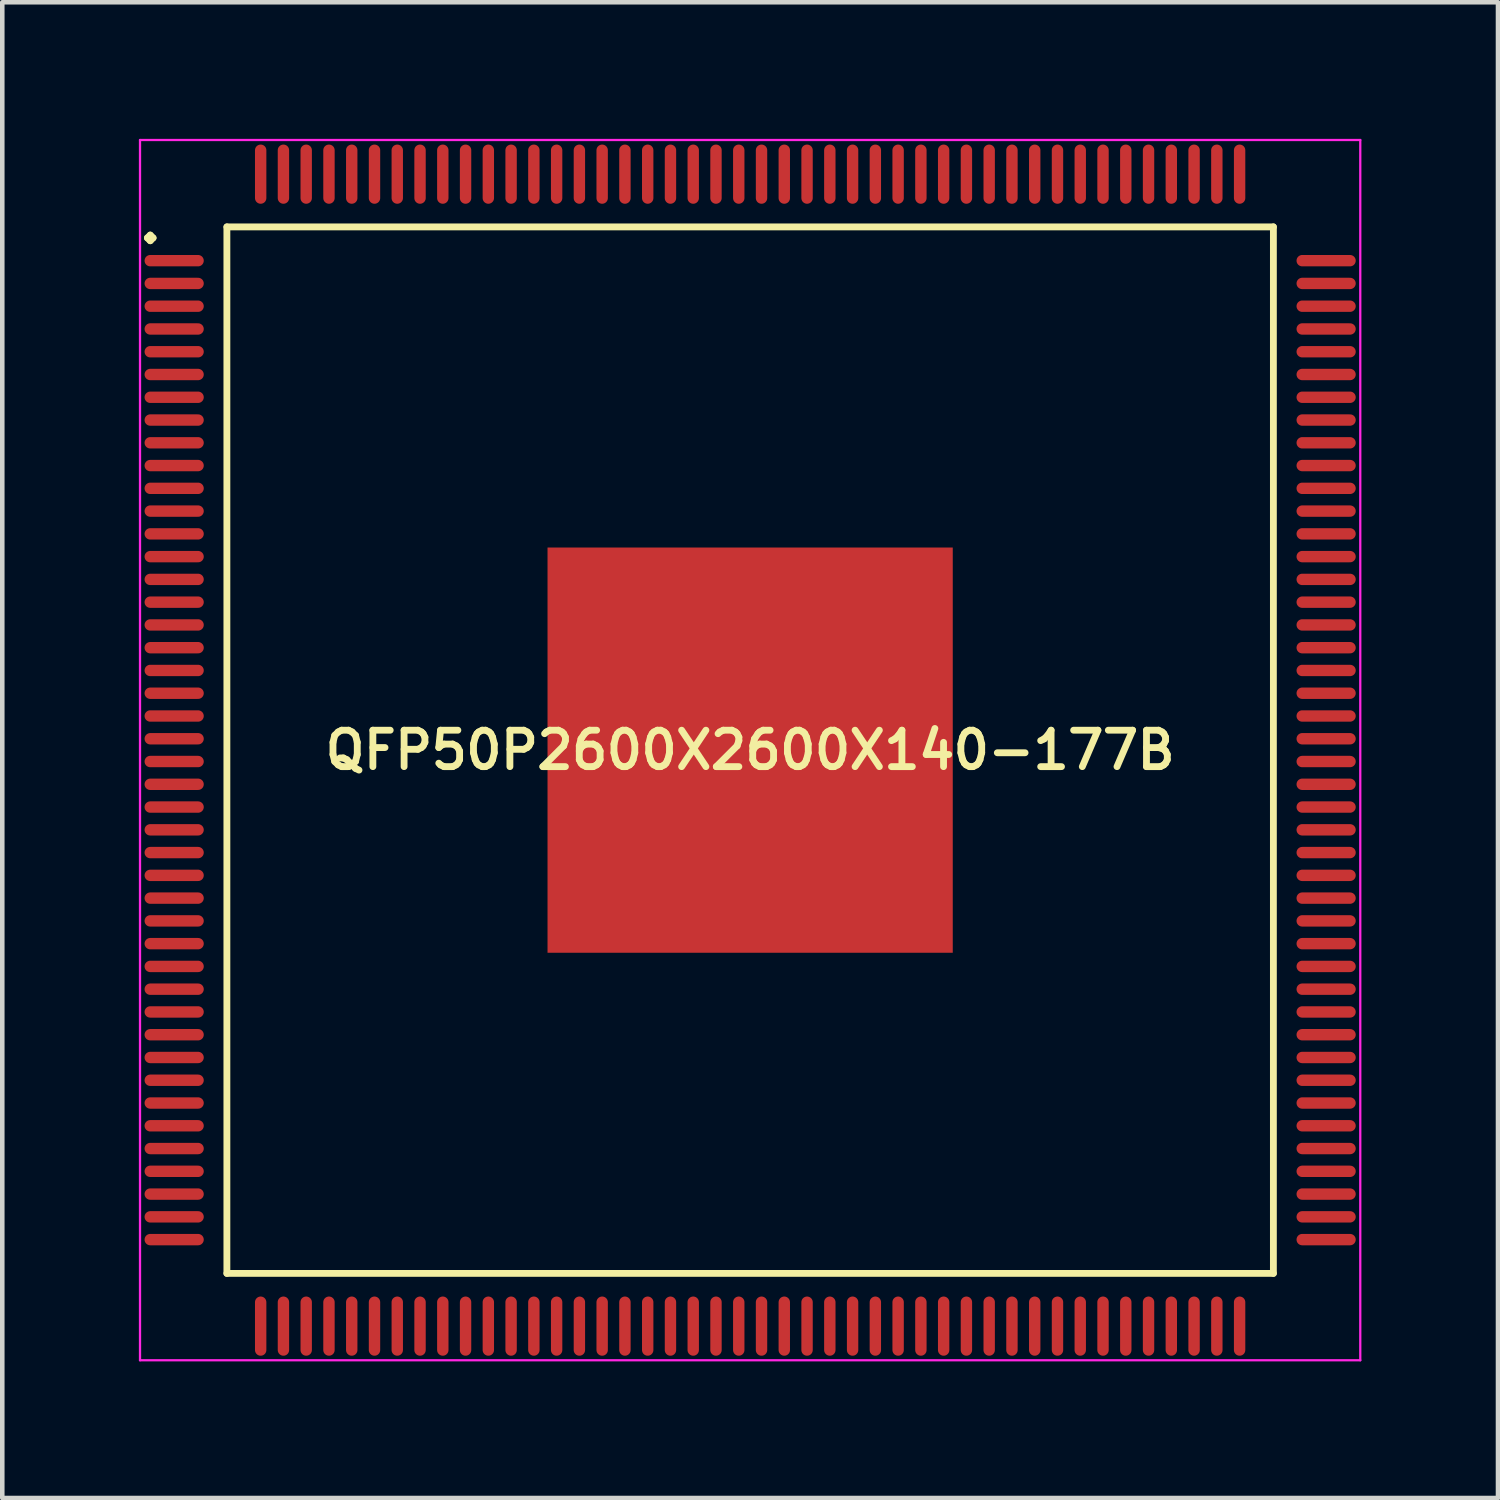
<source format=kicad_pcb>
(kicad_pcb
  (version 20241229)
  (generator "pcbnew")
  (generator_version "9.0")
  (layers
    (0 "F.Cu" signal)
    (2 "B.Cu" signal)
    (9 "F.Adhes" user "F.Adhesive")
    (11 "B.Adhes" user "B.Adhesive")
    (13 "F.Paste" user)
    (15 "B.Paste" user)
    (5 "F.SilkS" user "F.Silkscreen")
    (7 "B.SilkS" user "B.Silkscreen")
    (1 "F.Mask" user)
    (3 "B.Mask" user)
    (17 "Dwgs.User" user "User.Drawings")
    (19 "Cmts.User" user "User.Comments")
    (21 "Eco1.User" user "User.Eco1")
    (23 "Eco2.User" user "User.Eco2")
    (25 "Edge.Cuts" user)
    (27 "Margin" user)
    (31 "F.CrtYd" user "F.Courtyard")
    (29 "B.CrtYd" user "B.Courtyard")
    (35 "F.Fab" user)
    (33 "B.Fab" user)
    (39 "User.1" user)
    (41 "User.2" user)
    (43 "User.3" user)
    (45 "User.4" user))
  (footprint "QFP50P2600X2600X140-177B"
    (layer "F.Cu")
    (at 13.425 13.425)
    (property "Reference" "QFP50P2600X2600X140-177B" (at 0 0 0) (layer "F.SilkS") (effects (font (size 0.8 0.8) (thickness 0.15))))
    (attr smd)
    (fp_line (start -13.238 -11.25) (end -13.175 -11.312) (stroke (width 0.15) (type solid)) (layer "F.SilkS"))
    (fp_line (start -13.175 -11.312) (end -13.113 -11.25) (stroke (width 0.15) (type solid)) (layer "F.SilkS"))
    (fp_line (start -13.175 -11.188) (end -13.238 -11.25) (stroke (width 0.15) (type solid)) (layer "F.SilkS"))
    (fp_line (start -13.113 -11.25) (end -13.175 -11.188) (stroke (width 0.15) (type solid)) (layer "F.SilkS"))
    (fp_line (start -11.492 -11.492) (end -11.492 11.492) (stroke (width 0.15) (type solid)) (layer "F.SilkS"))
    (fp_line (start -11.492 11.492) (end 11.492 11.492) (stroke (width 0.15) (type solid)) (layer "F.SilkS"))
    (fp_line (start 11.492 -11.492) (end -11.492 -11.492) (stroke (width 0.15) (type solid)) (layer "F.SilkS"))
    (fp_line (start 11.492 11.492) (end 11.492 -11.492) (stroke (width 0.15) (type solid)) (layer "F.SilkS"))
    (fp_line (start -13.4 -13.4) (end 13.4 -13.4) (stroke (width 0.05) (type solid)) (layer "F.CrtYd"))
    (fp_line (start -13.4 13.4) (end -13.4 -13.4) (stroke (width 0.05) (type solid)) (layer "F.CrtYd"))
    (fp_line (start 13.4 -13.4) (end 13.4 13.4) (stroke (width 0.05) (type solid)) (layer "F.CrtYd"))
    (fp_line (start 13.4 13.4) (end -13.4 13.4) (stroke (width 0.05) (type solid)) (layer "F.CrtYd"))
    (pad "1" smd oval (at -12.65 -10.75) (size 1.3 0.25) (layers "F.Cu" "F.Mask" "F.Paste"))
    (pad "2" smd oval (at -12.65 -10.25) (size 1.3 0.25) (layers "F.Cu" "F.Mask" "F.Paste"))
    (pad "3" smd oval (at -12.65 -9.75) (size 1.3 0.25) (layers "F.Cu" "F.Mask" "F.Paste"))
    (pad "4" smd oval (at -12.65 -9.25) (size 1.3 0.25) (layers "F.Cu" "F.Mask" "F.Paste"))
    (pad "5" smd oval (at -12.65 -8.75) (size 1.3 0.25) (layers "F.Cu" "F.Mask" "F.Paste"))
    (pad "6" smd oval (at -12.65 -8.25) (size 1.3 0.25) (layers "F.Cu" "F.Mask" "F.Paste"))
    (pad "7" smd oval (at -12.65 -7.75) (size 1.3 0.25) (layers "F.Cu" "F.Mask" "F.Paste"))
    (pad "8" smd oval (at -12.65 -7.25) (size 1.3 0.25) (layers "F.Cu" "F.Mask" "F.Paste"))
    (pad "9" smd oval (at -12.65 -6.75) (size 1.3 0.25) (layers "F.Cu" "F.Mask" "F.Paste"))
    (pad "10" smd oval (at -12.65 -6.25) (size 1.3 0.25) (layers "F.Cu" "F.Mask" "F.Paste"))
    (pad "11" smd oval (at -12.65 -5.75) (size 1.3 0.25) (layers "F.Cu" "F.Mask" "F.Paste"))
    (pad "12" smd oval (at -12.65 -5.25) (size 1.3 0.25) (layers "F.Cu" "F.Mask" "F.Paste"))
    (pad "13" smd oval (at -12.65 -4.75) (size 1.3 0.25) (layers "F.Cu" "F.Mask" "F.Paste"))
    (pad "14" smd oval (at -12.65 -4.25) (size 1.3 0.25) (layers "F.Cu" "F.Mask" "F.Paste"))
    (pad "15" smd oval (at -12.65 -3.75) (size 1.3 0.25) (layers "F.Cu" "F.Mask" "F.Paste"))
    (pad "16" smd oval (at -12.65 -3.25) (size 1.3 0.25) (layers "F.Cu" "F.Mask" "F.Paste"))
    (pad "17" smd oval (at -12.65 -2.75) (size 1.3 0.25) (layers "F.Cu" "F.Mask" "F.Paste"))
    (pad "18" smd oval (at -12.65 -2.25) (size 1.3 0.25) (layers "F.Cu" "F.Mask" "F.Paste"))
    (pad "19" smd oval (at -12.65 -1.75) (size 1.3 0.25) (layers "F.Cu" "F.Mask" "F.Paste"))
    (pad "20" smd oval (at -12.65 -1.25) (size 1.3 0.25) (layers "F.Cu" "F.Mask" "F.Paste"))
    (pad "21" smd oval (at -12.65 -0.75) (size 1.3 0.25) (layers "F.Cu" "F.Mask" "F.Paste"))
    (pad "22" smd oval (at -12.65 -0.25) (size 1.3 0.25) (layers "F.Cu" "F.Mask" "F.Paste"))
    (pad "23" smd oval (at -12.65 0.25) (size 1.3 0.25) (layers "F.Cu" "F.Mask" "F.Paste"))
    (pad "24" smd oval (at -12.65 0.75) (size 1.3 0.25) (layers "F.Cu" "F.Mask" "F.Paste"))
    (pad "25" smd oval (at -12.65 1.25) (size 1.3 0.25) (layers "F.Cu" "F.Mask" "F.Paste"))
    (pad "26" smd oval (at -12.65 1.75) (size 1.3 0.25) (layers "F.Cu" "F.Mask" "F.Paste"))
    (pad "27" smd oval (at -12.65 2.25) (size 1.3 0.25) (layers "F.Cu" "F.Mask" "F.Paste"))
    (pad "28" smd oval (at -12.65 2.75) (size 1.3 0.25) (layers "F.Cu" "F.Mask" "F.Paste"))
    (pad "29" smd oval (at -12.65 3.25) (size 1.3 0.25) (layers "F.Cu" "F.Mask" "F.Paste"))
    (pad "30" smd oval (at -12.65 3.75) (size 1.3 0.25) (layers "F.Cu" "F.Mask" "F.Paste"))
    (pad "31" smd oval (at -12.65 4.25) (size 1.3 0.25) (layers "F.Cu" "F.Mask" "F.Paste"))
    (pad "32" smd oval (at -12.65 4.75) (size 1.3 0.25) (layers "F.Cu" "F.Mask" "F.Paste"))
    (pad "33" smd oval (at -12.65 5.25) (size 1.3 0.25) (layers "F.Cu" "F.Mask" "F.Paste"))
    (pad "34" smd oval (at -12.65 5.75) (size 1.3 0.25) (layers "F.Cu" "F.Mask" "F.Paste"))
    (pad "35" smd oval (at -12.65 6.25) (size 1.3 0.25) (layers "F.Cu" "F.Mask" "F.Paste"))
    (pad "36" smd oval (at -12.65 6.75) (size 1.3 0.25) (layers "F.Cu" "F.Mask" "F.Paste"))
    (pad "37" smd oval (at -12.65 7.25) (size 1.3 0.25) (layers "F.Cu" "F.Mask" "F.Paste"))
    (pad "38" smd oval (at -12.65 7.75) (size 1.3 0.25) (layers "F.Cu" "F.Mask" "F.Paste"))
    (pad "39" smd oval (at -12.65 8.25) (size 1.3 0.25) (layers "F.Cu" "F.Mask" "F.Paste"))
    (pad "40" smd oval (at -12.65 8.75) (size 1.3 0.25) (layers "F.Cu" "F.Mask" "F.Paste"))
    (pad "41" smd oval (at -12.65 9.25) (size 1.3 0.25) (layers "F.Cu" "F.Mask" "F.Paste"))
    (pad "42" smd oval (at -12.65 9.75) (size 1.3 0.25) (layers "F.Cu" "F.Mask" "F.Paste"))
    (pad "43" smd oval (at -12.65 10.25) (size 1.3 0.25) (layers "F.Cu" "F.Mask" "F.Paste"))
    (pad "44" smd oval (at -12.65 10.75) (size 1.3 0.25) (layers "F.Cu" "F.Mask" "F.Paste"))
    (pad "45" smd oval (at -10.75 12.65) (size 0.25 1.3) (layers "F.Cu" "F.Mask" "F.Paste"))
    (pad "46" smd oval (at -10.25 12.65) (size 0.25 1.3) (layers "F.Cu" "F.Mask" "F.Paste"))
    (pad "47" smd oval (at -9.75 12.65) (size 0.25 1.3) (layers "F.Cu" "F.Mask" "F.Paste"))
    (pad "48" smd oval (at -9.25 12.65) (size 0.25 1.3) (layers "F.Cu" "F.Mask" "F.Paste"))
    (pad "49" smd oval (at -8.75 12.65) (size 0.25 1.3) (layers "F.Cu" "F.Mask" "F.Paste"))
    (pad "50" smd oval (at -8.25 12.65) (size 0.25 1.3) (layers "F.Cu" "F.Mask" "F.Paste"))
    (pad "51" smd oval (at -7.75 12.65) (size 0.25 1.3) (layers "F.Cu" "F.Mask" "F.Paste"))
    (pad "52" smd oval (at -7.25 12.65) (size 0.25 1.3) (layers "F.Cu" "F.Mask" "F.Paste"))
    (pad "53" smd oval (at -6.75 12.65) (size 0.25 1.3) (layers "F.Cu" "F.Mask" "F.Paste"))
    (pad "54" smd oval (at -6.25 12.65) (size 0.25 1.3) (layers "F.Cu" "F.Mask" "F.Paste"))
    (pad "55" smd oval (at -5.75 12.65) (size 0.25 1.3) (layers "F.Cu" "F.Mask" "F.Paste"))
    (pad "56" smd oval (at -5.25 12.65) (size 0.25 1.3) (layers "F.Cu" "F.Mask" "F.Paste"))
    (pad "57" smd oval (at -4.75 12.65) (size 0.25 1.3) (layers "F.Cu" "F.Mask" "F.Paste"))
    (pad "58" smd oval (at -4.25 12.65) (size 0.25 1.3) (layers "F.Cu" "F.Mask" "F.Paste"))
    (pad "59" smd oval (at -3.75 12.65) (size 0.25 1.3) (layers "F.Cu" "F.Mask" "F.Paste"))
    (pad "60" smd oval (at -3.25 12.65) (size 0.25 1.3) (layers "F.Cu" "F.Mask" "F.Paste"))
    (pad "61" smd oval (at -2.75 12.65) (size 0.25 1.3) (layers "F.Cu" "F.Mask" "F.Paste"))
    (pad "62" smd oval (at -2.25 12.65) (size 0.25 1.3) (layers "F.Cu" "F.Mask" "F.Paste"))
    (pad "63" smd oval (at -1.75 12.65) (size 0.25 1.3) (layers "F.Cu" "F.Mask" "F.Paste"))
    (pad "64" smd oval (at -1.25 12.65) (size 0.25 1.3) (layers "F.Cu" "F.Mask" "F.Paste"))
    (pad "65" smd oval (at -0.75 12.65) (size 0.25 1.3) (layers "F.Cu" "F.Mask" "F.Paste"))
    (pad "66" smd oval (at -0.25 12.65) (size 0.25 1.3) (layers "F.Cu" "F.Mask" "F.Paste"))
    (pad "67" smd oval (at 0.25 12.65) (size 0.25 1.3) (layers "F.Cu" "F.Mask" "F.Paste"))
    (pad "68" smd oval (at 0.75 12.65) (size 0.25 1.3) (layers "F.Cu" "F.Mask" "F.Paste"))
    (pad "69" smd oval (at 1.25 12.65) (size 0.25 1.3) (layers "F.Cu" "F.Mask" "F.Paste"))
    (pad "70" smd oval (at 1.75 12.65) (size 0.25 1.3) (layers "F.Cu" "F.Mask" "F.Paste"))
    (pad "71" smd oval (at 2.25 12.65) (size 0.25 1.3) (layers "F.Cu" "F.Mask" "F.Paste"))
    (pad "72" smd oval (at 2.75 12.65) (size 0.25 1.3) (layers "F.Cu" "F.Mask" "F.Paste"))
    (pad "73" smd oval (at 3.25 12.65) (size 0.25 1.3) (layers "F.Cu" "F.Mask" "F.Paste"))
    (pad "74" smd oval (at 3.75 12.65) (size 0.25 1.3) (layers "F.Cu" "F.Mask" "F.Paste"))
    (pad "75" smd oval (at 4.25 12.65) (size 0.25 1.3) (layers "F.Cu" "F.Mask" "F.Paste"))
    (pad "76" smd oval (at 4.75 12.65) (size 0.25 1.3) (layers "F.Cu" "F.Mask" "F.Paste"))
    (pad "77" smd oval (at 5.25 12.65) (size 0.25 1.3) (layers "F.Cu" "F.Mask" "F.Paste"))
    (pad "78" smd oval (at 5.75 12.65) (size 0.25 1.3) (layers "F.Cu" "F.Mask" "F.Paste"))
    (pad "79" smd oval (at 6.25 12.65) (size 0.25 1.3) (layers "F.Cu" "F.Mask" "F.Paste"))
    (pad "80" smd oval (at 6.75 12.65) (size 0.25 1.3) (layers "F.Cu" "F.Mask" "F.Paste"))
    (pad "81" smd oval (at 7.25 12.65) (size 0.25 1.3) (layers "F.Cu" "F.Mask" "F.Paste"))
    (pad "82" smd oval (at 7.75 12.65) (size 0.25 1.3) (layers "F.Cu" "F.Mask" "F.Paste"))
    (pad "83" smd oval (at 8.25 12.65) (size 0.25 1.3) (layers "F.Cu" "F.Mask" "F.Paste"))
    (pad "84" smd oval (at 8.75 12.65) (size 0.25 1.3) (layers "F.Cu" "F.Mask" "F.Paste"))
    (pad "85" smd oval (at 9.25 12.65) (size 0.25 1.3) (layers "F.Cu" "F.Mask" "F.Paste"))
    (pad "86" smd oval (at 9.75 12.65) (size 0.25 1.3) (layers "F.Cu" "F.Mask" "F.Paste"))
    (pad "87" smd oval (at 10.25 12.65) (size 0.25 1.3) (layers "F.Cu" "F.Mask" "F.Paste"))
    (pad "88" smd oval (at 10.75 12.65) (size 0.25 1.3) (layers "F.Cu" "F.Mask" "F.Paste"))
    (pad "89" smd oval (at 12.65 10.75) (size 1.3 0.25) (layers "F.Cu" "F.Mask" "F.Paste"))
    (pad "90" smd oval (at 12.65 10.25) (size 1.3 0.25) (layers "F.Cu" "F.Mask" "F.Paste"))
    (pad "91" smd oval (at 12.65 9.75) (size 1.3 0.25) (layers "F.Cu" "F.Mask" "F.Paste"))
    (pad "92" smd oval (at 12.65 9.25) (size 1.3 0.25) (layers "F.Cu" "F.Mask" "F.Paste"))
    (pad "93" smd oval (at 12.65 8.75) (size 1.3 0.25) (layers "F.Cu" "F.Mask" "F.Paste"))
    (pad "94" smd oval (at 12.65 8.25) (size 1.3 0.25) (layers "F.Cu" "F.Mask" "F.Paste"))
    (pad "95" smd oval (at 12.65 7.75) (size 1.3 0.25) (layers "F.Cu" "F.Mask" "F.Paste"))
    (pad "96" smd oval (at 12.65 7.25) (size 1.3 0.25) (layers "F.Cu" "F.Mask" "F.Paste"))
    (pad "97" smd oval (at 12.65 6.75) (size 1.3 0.25) (layers "F.Cu" "F.Mask" "F.Paste"))
    (pad "98" smd oval (at 12.65 6.25) (size 1.3 0.25) (layers "F.Cu" "F.Mask" "F.Paste"))
    (pad "99" smd oval (at 12.65 5.75) (size 1.3 0.25) (layers "F.Cu" "F.Mask" "F.Paste"))
    (pad "100" smd oval (at 12.65 5.25) (size 1.3 0.25) (layers "F.Cu" "F.Mask" "F.Paste"))
    (pad "101" smd oval (at 12.65 4.75) (size 1.3 0.25) (layers "F.Cu" "F.Mask" "F.Paste"))
    (pad "102" smd oval (at 12.65 4.25) (size 1.3 0.25) (layers "F.Cu" "F.Mask" "F.Paste"))
    (pad "103" smd oval (at 12.65 3.75) (size 1.3 0.25) (layers "F.Cu" "F.Mask" "F.Paste"))
    (pad "104" smd oval (at 12.65 3.25) (size 1.3 0.25) (layers "F.Cu" "F.Mask" "F.Paste"))
    (pad "105" smd oval (at 12.65 2.75) (size 1.3 0.25) (layers "F.Cu" "F.Mask" "F.Paste"))
    (pad "106" smd oval (at 12.65 2.25) (size 1.3 0.25) (layers "F.Cu" "F.Mask" "F.Paste"))
    (pad "107" smd oval (at 12.65 1.75) (size 1.3 0.25) (layers "F.Cu" "F.Mask" "F.Paste"))
    (pad "108" smd oval (at 12.65 1.25) (size 1.3 0.25) (layers "F.Cu" "F.Mask" "F.Paste"))
    (pad "109" smd oval (at 12.65 0.75) (size 1.3 0.25) (layers "F.Cu" "F.Mask" "F.Paste"))
    (pad "110" smd oval (at 12.65 0.25) (size 1.3 0.25) (layers "F.Cu" "F.Mask" "F.Paste"))
    (pad "111" smd oval (at 12.65 -0.25) (size 1.3 0.25) (layers "F.Cu" "F.Mask" "F.Paste"))
    (pad "112" smd oval (at 12.65 -0.75) (size 1.3 0.25) (layers "F.Cu" "F.Mask" "F.Paste"))
    (pad "113" smd oval (at 12.65 -1.25) (size 1.3 0.25) (layers "F.Cu" "F.Mask" "F.Paste"))
    (pad "114" smd oval (at 12.65 -1.75) (size 1.3 0.25) (layers "F.Cu" "F.Mask" "F.Paste"))
    (pad "115" smd oval (at 12.65 -2.25) (size 1.3 0.25) (layers "F.Cu" "F.Mask" "F.Paste"))
    (pad "116" smd oval (at 12.65 -2.75) (size 1.3 0.25) (layers "F.Cu" "F.Mask" "F.Paste"))
    (pad "117" smd oval (at 12.65 -3.25) (size 1.3 0.25) (layers "F.Cu" "F.Mask" "F.Paste"))
    (pad "118" smd oval (at 12.65 -3.75) (size 1.3 0.25) (layers "F.Cu" "F.Mask" "F.Paste"))
    (pad "119" smd oval (at 12.65 -4.25) (size 1.3 0.25) (layers "F.Cu" "F.Mask" "F.Paste"))
    (pad "120" smd oval (at 12.65 -4.75) (size 1.3 0.25) (layers "F.Cu" "F.Mask" "F.Paste"))
    (pad "121" smd oval (at 12.65 -5.25) (size 1.3 0.25) (layers "F.Cu" "F.Mask" "F.Paste"))
    (pad "122" smd oval (at 12.65 -5.75) (size 1.3 0.25) (layers "F.Cu" "F.Mask" "F.Paste"))
    (pad "123" smd oval (at 12.65 -6.25) (size 1.3 0.25) (layers "F.Cu" "F.Mask" "F.Paste"))
    (pad "124" smd oval (at 12.65 -6.75) (size 1.3 0.25) (layers "F.Cu" "F.Mask" "F.Paste"))
    (pad "125" smd oval (at 12.65 -7.25) (size 1.3 0.25) (layers "F.Cu" "F.Mask" "F.Paste"))
    (pad "126" smd oval (at 12.65 -7.75) (size 1.3 0.25) (layers "F.Cu" "F.Mask" "F.Paste"))
    (pad "127" smd oval (at 12.65 -8.25) (size 1.3 0.25) (layers "F.Cu" "F.Mask" "F.Paste"))
    (pad "128" smd oval (at 12.65 -8.75) (size 1.3 0.25) (layers "F.Cu" "F.Mask" "F.Paste"))
    (pad "129" smd oval (at 12.65 -9.25) (size 1.3 0.25) (layers "F.Cu" "F.Mask" "F.Paste"))
    (pad "130" smd oval (at 12.65 -9.75) (size 1.3 0.25) (layers "F.Cu" "F.Mask" "F.Paste"))
    (pad "131" smd oval (at 12.65 -10.25) (size 1.3 0.25) (layers "F.Cu" "F.Mask" "F.Paste"))
    (pad "132" smd oval (at 12.65 -10.75) (size 1.3 0.25) (layers "F.Cu" "F.Mask" "F.Paste"))
    (pad "133" smd oval (at 10.75 -12.65) (size 0.25 1.3) (layers "F.Cu" "F.Mask" "F.Paste"))
    (pad "134" smd oval (at 10.25 -12.65) (size 0.25 1.3) (layers "F.Cu" "F.Mask" "F.Paste"))
    (pad "135" smd oval (at 9.75 -12.65) (size 0.25 1.3) (layers "F.Cu" "F.Mask" "F.Paste"))
    (pad "136" smd oval (at 9.25 -12.65) (size 0.25 1.3) (layers "F.Cu" "F.Mask" "F.Paste"))
    (pad "137" smd oval (at 8.75 -12.65) (size 0.25 1.3) (layers "F.Cu" "F.Mask" "F.Paste"))
    (pad "138" smd oval (at 8.25 -12.65) (size 0.25 1.3) (layers "F.Cu" "F.Mask" "F.Paste"))
    (pad "139" smd oval (at 7.75 -12.65) (size 0.25 1.3) (layers "F.Cu" "F.Mask" "F.Paste"))
    (pad "140" smd oval (at 7.25 -12.65) (size 0.25 1.3) (layers "F.Cu" "F.Mask" "F.Paste"))
    (pad "141" smd oval (at 6.75 -12.65) (size 0.25 1.3) (layers "F.Cu" "F.Mask" "F.Paste"))
    (pad "142" smd oval (at 6.25 -12.65) (size 0.25 1.3) (layers "F.Cu" "F.Mask" "F.Paste"))
    (pad "143" smd oval (at 5.75 -12.65) (size 0.25 1.3) (layers "F.Cu" "F.Mask" "F.Paste"))
    (pad "144" smd oval (at 5.25 -12.65) (size 0.25 1.3) (layers "F.Cu" "F.Mask" "F.Paste"))
    (pad "145" smd oval (at 4.75 -12.65) (size 0.25 1.3) (layers "F.Cu" "F.Mask" "F.Paste"))
    (pad "146" smd oval (at 4.25 -12.65) (size 0.25 1.3) (layers "F.Cu" "F.Mask" "F.Paste"))
    (pad "147" smd oval (at 3.75 -12.65) (size 0.25 1.3) (layers "F.Cu" "F.Mask" "F.Paste"))
    (pad "148" smd oval (at 3.25 -12.65) (size 0.25 1.3) (layers "F.Cu" "F.Mask" "F.Paste"))
    (pad "149" smd oval (at 2.75 -12.65) (size 0.25 1.3) (layers "F.Cu" "F.Mask" "F.Paste"))
    (pad "150" smd oval (at 2.25 -12.65) (size 0.25 1.3) (layers "F.Cu" "F.Mask" "F.Paste"))
    (pad "151" smd oval (at 1.75 -12.65) (size 0.25 1.3) (layers "F.Cu" "F.Mask" "F.Paste"))
    (pad "152" smd oval (at 1.25 -12.65) (size 0.25 1.3) (layers "F.Cu" "F.Mask" "F.Paste"))
    (pad "153" smd oval (at 0.75 -12.65) (size 0.25 1.3) (layers "F.Cu" "F.Mask" "F.Paste"))
    (pad "154" smd oval (at 0.25 -12.65) (size 0.25 1.3) (layers "F.Cu" "F.Mask" "F.Paste"))
    (pad "155" smd oval (at -0.25 -12.65) (size 0.25 1.3) (layers "F.Cu" "F.Mask" "F.Paste"))
    (pad "156" smd oval (at -0.75 -12.65) (size 0.25 1.3) (layers "F.Cu" "F.Mask" "F.Paste"))
    (pad "157" smd oval (at -1.25 -12.65) (size 0.25 1.3) (layers "F.Cu" "F.Mask" "F.Paste"))
    (pad "158" smd oval (at -1.75 -12.65) (size 0.25 1.3) (layers "F.Cu" "F.Mask" "F.Paste"))
    (pad "159" smd oval (at -2.25 -12.65) (size 0.25 1.3) (layers "F.Cu" "F.Mask" "F.Paste"))
    (pad "160" smd oval (at -2.75 -12.65) (size 0.25 1.3) (layers "F.Cu" "F.Mask" "F.Paste"))
    (pad "161" smd oval (at -3.25 -12.65) (size 0.25 1.3) (layers "F.Cu" "F.Mask" "F.Paste"))
    (pad "162" smd oval (at -3.75 -12.65) (size 0.25 1.3) (layers "F.Cu" "F.Mask" "F.Paste"))
    (pad "163" smd oval (at -4.25 -12.65) (size 0.25 1.3) (layers "F.Cu" "F.Mask" "F.Paste"))
    (pad "164" smd oval (at -4.75 -12.65) (size 0.25 1.3) (layers "F.Cu" "F.Mask" "F.Paste"))
    (pad "165" smd oval (at -5.25 -12.65) (size 0.25 1.3) (layers "F.Cu" "F.Mask" "F.Paste"))
    (pad "166" smd oval (at -5.75 -12.65) (size 0.25 1.3) (layers "F.Cu" "F.Mask" "F.Paste"))
    (pad "167" smd oval (at -6.25 -12.65) (size 0.25 1.3) (layers "F.Cu" "F.Mask" "F.Paste"))
    (pad "168" smd oval (at -6.75 -12.65) (size 0.25 1.3) (layers "F.Cu" "F.Mask" "F.Paste"))
    (pad "169" smd oval (at -7.25 -12.65) (size 0.25 1.3) (layers "F.Cu" "F.Mask" "F.Paste"))
    (pad "170" smd oval (at -7.75 -12.65) (size 0.25 1.3) (layers "F.Cu" "F.Mask" "F.Paste"))
    (pad "171" smd oval (at -8.25 -12.65) (size 0.25 1.3) (layers "F.Cu" "F.Mask" "F.Paste"))
    (pad "172" smd oval (at -8.75 -12.65) (size 0.25 1.3) (layers "F.Cu" "F.Mask" "F.Paste"))
    (pad "173" smd oval (at -9.25 -12.65) (size 0.25 1.3) (layers "F.Cu" "F.Mask" "F.Paste"))
    (pad "174" smd oval (at -9.75 -12.65) (size 0.25 1.3) (layers "F.Cu" "F.Mask" "F.Paste"))
    (pad "175" smd oval (at -10.25 -12.65) (size 0.25 1.3) (layers "F.Cu" "F.Mask" "F.Paste"))
    (pad "176" smd oval (at -10.75 -12.65) (size 0.25 1.3) (layers "F.Cu" "F.Mask" "F.Paste"))
    (pad "177" smd rect (at 0 0) (size 8.9 8.9) (layers "F.Cu" "F.Mask" "F.Paste")))
  (gr_rect
    (start -3 -3)
    (end 29.85 29.85)
    (stroke (width 0.1) (type default))
    (fill no)
    (layer "Edge.Cuts")))
</source>
